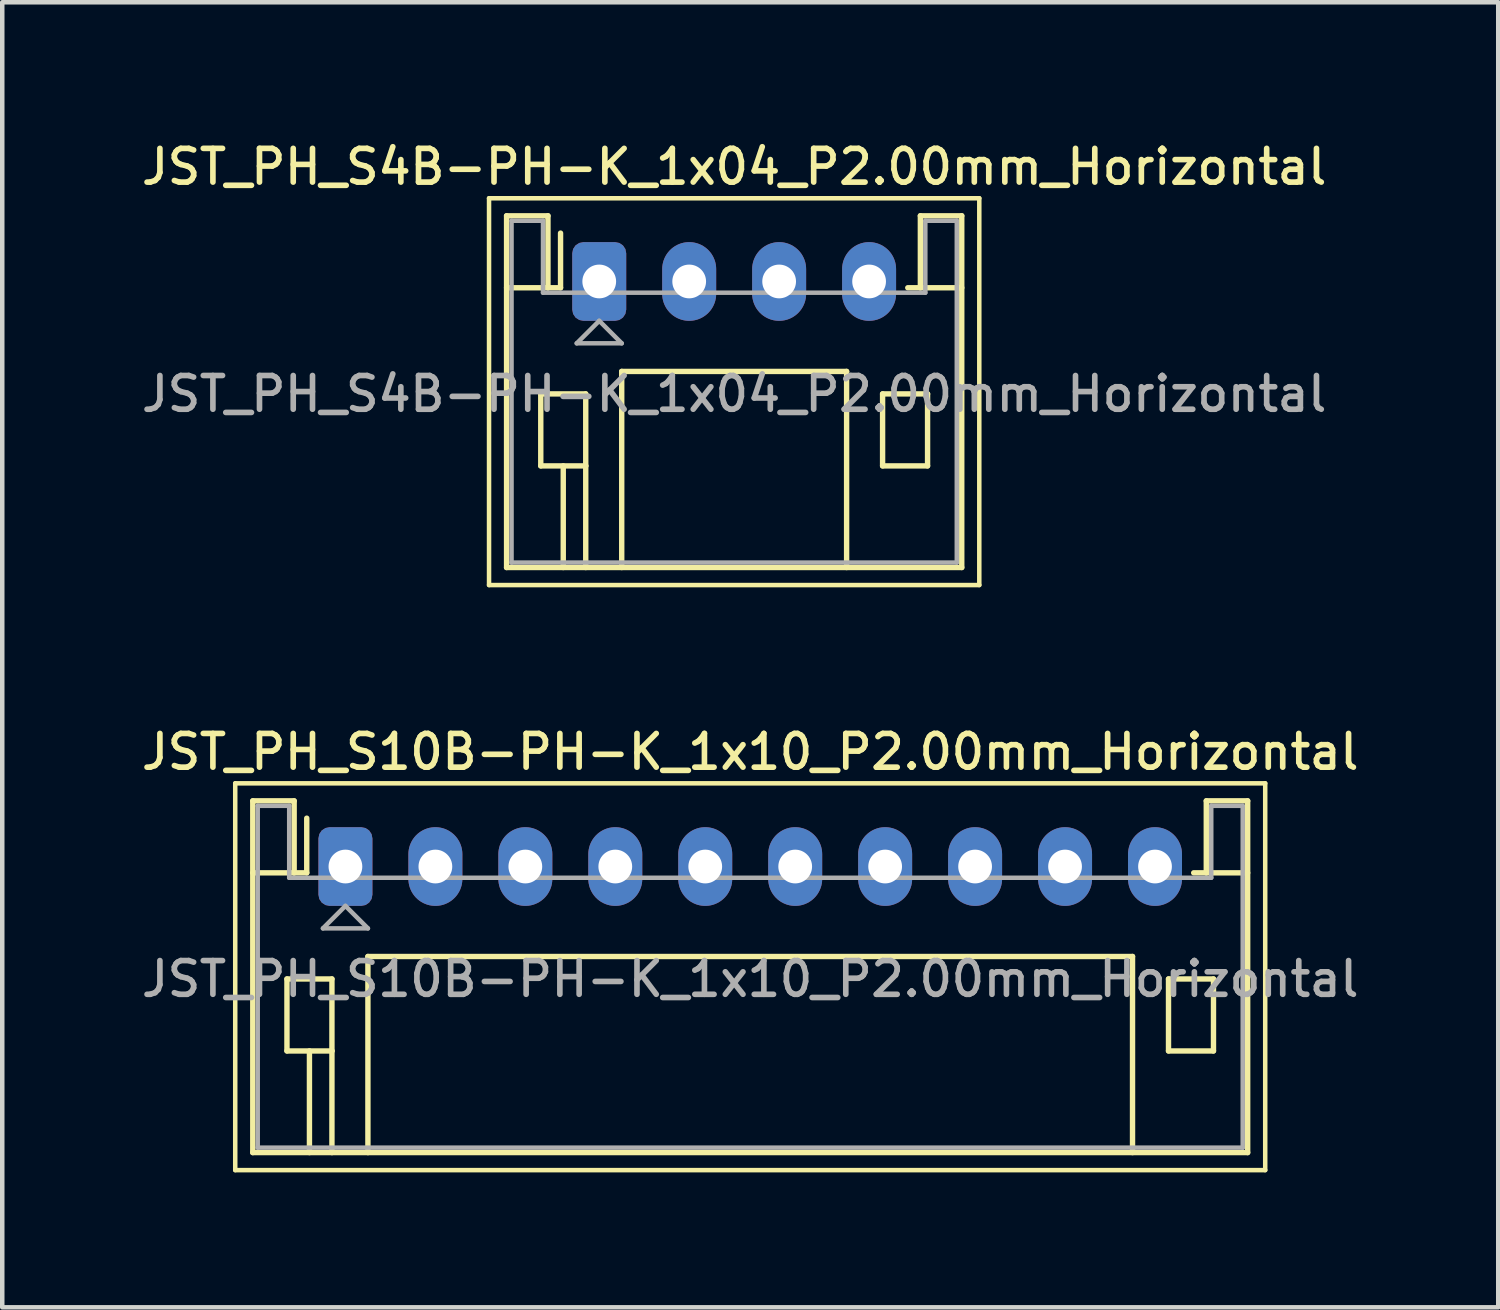
<source format=kicad_pcb>
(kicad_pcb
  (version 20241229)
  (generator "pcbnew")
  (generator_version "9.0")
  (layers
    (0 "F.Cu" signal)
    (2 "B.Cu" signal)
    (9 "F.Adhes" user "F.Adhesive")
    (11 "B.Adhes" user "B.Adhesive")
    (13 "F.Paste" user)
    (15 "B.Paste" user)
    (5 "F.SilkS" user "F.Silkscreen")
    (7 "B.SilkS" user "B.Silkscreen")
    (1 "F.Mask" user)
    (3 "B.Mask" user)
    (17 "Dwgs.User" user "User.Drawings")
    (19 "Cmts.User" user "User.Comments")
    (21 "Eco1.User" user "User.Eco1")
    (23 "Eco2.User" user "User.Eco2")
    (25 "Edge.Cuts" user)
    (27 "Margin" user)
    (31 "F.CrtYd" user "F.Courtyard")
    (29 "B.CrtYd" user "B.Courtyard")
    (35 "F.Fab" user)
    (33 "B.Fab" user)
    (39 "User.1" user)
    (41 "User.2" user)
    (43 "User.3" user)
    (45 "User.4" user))
  (footprint "JST_PH_S10B-PH-K_1x10_P2.00mm_Horizontal"
    (layer "F.Cu")
    (at 4.63 16.216)
    (property "Reference" "JST_PH_S10B-PH-K_1x10_P2.00mm_Horizontal" (at 9 -2.55 0) (layer "F.SilkS") (effects (font (size 0.75 0.75) (thickness 0.125))))
    (attr through_hole)
    (fp_line (start -2.45 -1.85) (end -2.45 6.75) (stroke (width 0.1) (type solid)) (layer "F.SilkS"))
    (fp_line (start -2.45 6.75) (end 20.45 6.75) (stroke (width 0.1) (type solid)) (layer "F.SilkS"))
    (fp_line (start -2.06 -1.46) (end -2.06 6.36) (stroke (width 0.12) (type solid)) (layer "F.SilkS"))
    (fp_line (start -2.06 0.14) (end -1.14 0.14) (stroke (width 0.12) (type solid)) (layer "F.SilkS"))
    (fp_line (start -2.06 6.36) (end 20.06 6.36) (stroke (width 0.12) (type solid)) (layer "F.SilkS"))
    (fp_line (start -1.3 2.5) (end -1.3 4.1) (stroke (width 0.12) (type solid)) (layer "F.SilkS"))
    (fp_line (start -1.3 4.1) (end -0.3 4.1) (stroke (width 0.12) (type solid)) (layer "F.SilkS"))
    (fp_line (start -1.14 -1.46) (end -2.06 -1.46) (stroke (width 0.12) (type solid)) (layer "F.SilkS"))
    (fp_line (start -1.14 0.14) (end -1.14 -1.46) (stroke (width 0.12) (type solid)) (layer "F.SilkS"))
    (fp_line (start -0.86 0.14) (end -1.14 0.14) (stroke (width 0.12) (type solid)) (layer "F.SilkS"))
    (fp_line (start -0.86 0.14) (end -0.86 -1.075) (stroke (width 0.12) (type solid)) (layer "F.SilkS"))
    (fp_line (start -0.8 4.1) (end -0.8 6.36) (stroke (width 0.12) (type solid)) (layer "F.SilkS"))
    (fp_line (start -0.3 2.5) (end -1.3 2.5) (stroke (width 0.12) (type solid)) (layer "F.SilkS"))
    (fp_line (start -0.3 4.1) (end -0.3 2.5) (stroke (width 0.12) (type solid)) (layer "F.SilkS"))
    (fp_line (start -0.3 4.1) (end -0.3 6.36) (stroke (width 0.12) (type solid)) (layer "F.SilkS"))
    (fp_line (start 0.5 2) (end 17.5 2) (stroke (width 0.12) (type solid)) (layer "F.SilkS"))
    (fp_line (start 0.5 6.36) (end 0.5 2) (stroke (width 0.12) (type solid)) (layer "F.SilkS"))
    (fp_line (start 17.5 2) (end 17.5 6.36) (stroke (width 0.12) (type solid)) (layer "F.SilkS"))
    (fp_line (start 18.3 2.5) (end 19.3 2.5) (stroke (width 0.12) (type solid)) (layer "F.SilkS"))
    (fp_line (start 18.3 4.1) (end 18.3 2.5) (stroke (width 0.12) (type solid)) (layer "F.SilkS"))
    (fp_line (start 19.14 -1.46) (end 19.14 0.14) (stroke (width 0.12) (type solid)) (layer "F.SilkS"))
    (fp_line (start 19.14 0.14) (end 18.86 0.14) (stroke (width 0.12) (type solid)) (layer "F.SilkS"))
    (fp_line (start 19.3 2.5) (end 19.3 4.1) (stroke (width 0.12) (type solid)) (layer "F.SilkS"))
    (fp_line (start 19.3 4.1) (end 18.3 4.1) (stroke (width 0.12) (type solid)) (layer "F.SilkS"))
    (fp_line (start 20.06 -1.46) (end 19.14 -1.46) (stroke (width 0.12) (type solid)) (layer "F.SilkS"))
    (fp_line (start 20.06 0.14) (end 19.14 0.14) (stroke (width 0.12) (type solid)) (layer "F.SilkS"))
    (fp_line (start 20.06 6.36) (end 20.06 -1.46) (stroke (width 0.12) (type solid)) (layer "F.SilkS"))
    (fp_line (start 20.45 -1.85) (end -2.45 -1.85) (stroke (width 0.1) (type solid)) (layer "F.SilkS"))
    (fp_line (start 20.45 6.75) (end 20.45 -1.85) (stroke (width 0.1) (type solid)) (layer "F.SilkS"))
    (fp_line (start -1.95 -1.35) (end -1.95 6.25) (stroke (width 0.1) (type solid)) (layer "F.Fab"))
    (fp_line (start -1.95 6.25) (end 19.95 6.25) (stroke (width 0.1) (type solid)) (layer "F.Fab"))
    (fp_line (start -1.25 -1.35) (end -1.95 -1.35) (stroke (width 0.1) (type solid)) (layer "F.Fab"))
    (fp_line (start -1.25 0.25) (end -1.25 -1.35) (stroke (width 0.1) (type solid)) (layer "F.Fab"))
    (fp_line (start -0.5 1.375) (end 0.5 1.375) (stroke (width 0.1) (type solid)) (layer "F.Fab"))
    (fp_line (start 0 0.875) (end -0.5 1.375) (stroke (width 0.1) (type solid)) (layer "F.Fab"))
    (fp_line (start 0.5 1.375) (end 0 0.875) (stroke (width 0.1) (type solid)) (layer "F.Fab"))
    (fp_line (start 19.25 -1.35) (end 19.25 0.25) (stroke (width 0.1) (type solid)) (layer "F.Fab"))
    (fp_line (start 19.25 0.25) (end -1.25 0.25) (stroke (width 0.1) (type solid)) (layer "F.Fab"))
    (fp_line (start 19.95 -1.35) (end 19.25 -1.35) (stroke (width 0.1) (type solid)) (layer "F.Fab"))
    (fp_line (start 19.95 6.25) (end 19.95 -1.35) (stroke (width 0.1) (type solid)) (layer "F.Fab"))
    (fp_text user "${REFERENCE}" (at 9 2.5 0) (layer "F.Fab") (effects (font (size 0.75 0.75) (thickness 0.125))))
    (pad "1" thru_hole roundrect (at 0 0) (size 1.2 1.75) (drill 0.75) (layers "*.Cu" "*.Mask") (roundrect_rratio 0.208))
    (pad "2" thru_hole oval (at 2 0) (size 1.2 1.75) (drill 0.75) (layers "*.Cu" "*.Mask"))
    (pad "3" thru_hole oval (at 4 0) (size 1.2 1.75) (drill 0.75) (layers "*.Cu" "*.Mask"))
    (pad "4" thru_hole oval (at 6 0) (size 1.2 1.75) (drill 0.75) (layers "*.Cu" "*.Mask"))
    (pad "5" thru_hole oval (at 8 0) (size 1.2 1.75) (drill 0.75) (layers "*.Cu" "*.Mask"))
    (pad "6" thru_hole oval (at 10 0) (size 1.2 1.75) (drill 0.75) (layers "*.Cu" "*.Mask"))
    (pad "7" thru_hole oval (at 12 0) (size 1.2 1.75) (drill 0.75) (layers "*.Cu" "*.Mask"))
    (pad "8" thru_hole oval (at 14 0) (size 1.2 1.75) (drill 0.75) (layers "*.Cu" "*.Mask"))
    (pad "9" thru_hole oval (at 16 0) (size 1.2 1.75) (drill 0.75) (layers "*.Cu" "*.Mask"))
    (pad "10" thru_hole oval (at 18 0) (size 1.2 1.75) (drill 0.75) (layers "*.Cu" "*.Mask")))
  (footprint "JST_PH_S4B-PH-K_1x04_P2.00mm_Horizontal"
    (layer "F.Cu")
    (at 10.273 3.208)
    (property "Reference" "JST_PH_S4B-PH-K_1x04_P2.00mm_Horizontal" (at 3 -2.55 0) (layer "F.SilkS") (effects (font (size 0.75 0.75) (thickness 0.125))))
    (attr through_hole)
    (fp_line (start -2.45 -1.85) (end -2.45 6.75) (stroke (width 0.1) (type solid)) (layer "F.SilkS"))
    (fp_line (start -2.45 6.75) (end 8.45 6.75) (stroke (width 0.1) (type solid)) (layer "F.SilkS"))
    (fp_line (start -2.06 -1.46) (end -2.06 6.36) (stroke (width 0.12) (type solid)) (layer "F.SilkS"))
    (fp_line (start -2.06 0.14) (end -1.14 0.14) (stroke (width 0.12) (type solid)) (layer "F.SilkS"))
    (fp_line (start -2.06 6.36) (end 8.06 6.36) (stroke (width 0.12) (type solid)) (layer "F.SilkS"))
    (fp_line (start -1.3 2.5) (end -1.3 4.1) (stroke (width 0.12) (type solid)) (layer "F.SilkS"))
    (fp_line (start -1.3 4.1) (end -0.3 4.1) (stroke (width 0.12) (type solid)) (layer "F.SilkS"))
    (fp_line (start -1.14 -1.46) (end -2.06 -1.46) (stroke (width 0.12) (type solid)) (layer "F.SilkS"))
    (fp_line (start -1.14 0.14) (end -1.14 -1.46) (stroke (width 0.12) (type solid)) (layer "F.SilkS"))
    (fp_line (start -0.86 0.14) (end -1.14 0.14) (stroke (width 0.12) (type solid)) (layer "F.SilkS"))
    (fp_line (start -0.86 0.14) (end -0.86 -1.075) (stroke (width 0.12) (type solid)) (layer "F.SilkS"))
    (fp_line (start -0.8 4.1) (end -0.8 6.36) (stroke (width 0.12) (type solid)) (layer "F.SilkS"))
    (fp_line (start -0.3 2.5) (end -1.3 2.5) (stroke (width 0.12) (type solid)) (layer "F.SilkS"))
    (fp_line (start -0.3 4.1) (end -0.3 2.5) (stroke (width 0.12) (type solid)) (layer "F.SilkS"))
    (fp_line (start -0.3 4.1) (end -0.3 6.36) (stroke (width 0.12) (type solid)) (layer "F.SilkS"))
    (fp_line (start 0.5 2) (end 5.5 2) (stroke (width 0.12) (type solid)) (layer "F.SilkS"))
    (fp_line (start 0.5 6.36) (end 0.5 2) (stroke (width 0.12) (type solid)) (layer "F.SilkS"))
    (fp_line (start 5.5 2) (end 5.5 6.36) (stroke (width 0.12) (type solid)) (layer "F.SilkS"))
    (fp_line (start 6.3 2.5) (end 7.3 2.5) (stroke (width 0.12) (type solid)) (layer "F.SilkS"))
    (fp_line (start 6.3 4.1) (end 6.3 2.5) (stroke (width 0.12) (type solid)) (layer "F.SilkS"))
    (fp_line (start 7.14 -1.46) (end 7.14 0.14) (stroke (width 0.12) (type solid)) (layer "F.SilkS"))
    (fp_line (start 7.14 0.14) (end 6.86 0.14) (stroke (width 0.12) (type solid)) (layer "F.SilkS"))
    (fp_line (start 7.3 2.5) (end 7.3 4.1) (stroke (width 0.12) (type solid)) (layer "F.SilkS"))
    (fp_line (start 7.3 4.1) (end 6.3 4.1) (stroke (width 0.12) (type solid)) (layer "F.SilkS"))
    (fp_line (start 8.06 -1.46) (end 7.14 -1.46) (stroke (width 0.12) (type solid)) (layer "F.SilkS"))
    (fp_line (start 8.06 0.14) (end 7.14 0.14) (stroke (width 0.12) (type solid)) (layer "F.SilkS"))
    (fp_line (start 8.06 6.36) (end 8.06 -1.46) (stroke (width 0.12) (type solid)) (layer "F.SilkS"))
    (fp_line (start 8.45 -1.85) (end -2.45 -1.85) (stroke (width 0.1) (type solid)) (layer "F.SilkS"))
    (fp_line (start 8.45 6.75) (end 8.45 -1.85) (stroke (width 0.1) (type solid)) (layer "F.SilkS"))
    (fp_line (start -1.95 -1.35) (end -1.95 6.25) (stroke (width 0.1) (type solid)) (layer "F.Fab"))
    (fp_line (start -1.95 6.25) (end 7.95 6.25) (stroke (width 0.1) (type solid)) (layer "F.Fab"))
    (fp_line (start -1.25 -1.35) (end -1.95 -1.35) (stroke (width 0.1) (type solid)) (layer "F.Fab"))
    (fp_line (start -1.25 0.25) (end -1.25 -1.35) (stroke (width 0.1) (type solid)) (layer "F.Fab"))
    (fp_line (start -0.5 1.375) (end 0.5 1.375) (stroke (width 0.1) (type solid)) (layer "F.Fab"))
    (fp_line (start 0 0.875) (end -0.5 1.375) (stroke (width 0.1) (type solid)) (layer "F.Fab"))
    (fp_line (start 0.5 1.375) (end 0 0.875) (stroke (width 0.1) (type solid)) (layer "F.Fab"))
    (fp_line (start 7.25 -1.35) (end 7.25 0.25) (stroke (width 0.1) (type solid)) (layer "F.Fab"))
    (fp_line (start 7.25 0.25) (end -1.25 0.25) (stroke (width 0.1) (type solid)) (layer "F.Fab"))
    (fp_line (start 7.95 -1.35) (end 7.25 -1.35) (stroke (width 0.1) (type solid)) (layer "F.Fab"))
    (fp_line (start 7.95 6.25) (end 7.95 -1.35) (stroke (width 0.1) (type solid)) (layer "F.Fab"))
    (fp_text user "${REFERENCE}" (at 3 2.5 0) (layer "F.Fab") (effects (font (size 0.75 0.75) (thickness 0.125))))
    (pad "1" thru_hole roundrect (at 0 0) (size 1.2 1.75) (drill 0.75) (layers "*.Cu" "*.Mask") (roundrect_rratio 0.208))
    (pad "2" thru_hole oval (at 2 0) (size 1.2 1.75) (drill 0.75) (layers "*.Cu" "*.Mask"))
    (pad "3" thru_hole oval (at 4 0) (size 1.2 1.75) (drill 0.75) (layers "*.Cu" "*.Mask"))
    (pad "4" thru_hole oval (at 6 0) (size 1.2 1.75) (drill 0.75) (layers "*.Cu" "*.Mask")))
  (gr_rect
    (start -3 -3)
    (end 30.261 26.016)
    (stroke (width 0.1) (type default))
    (fill no)
    (layer "Edge.Cuts")))
</source>
